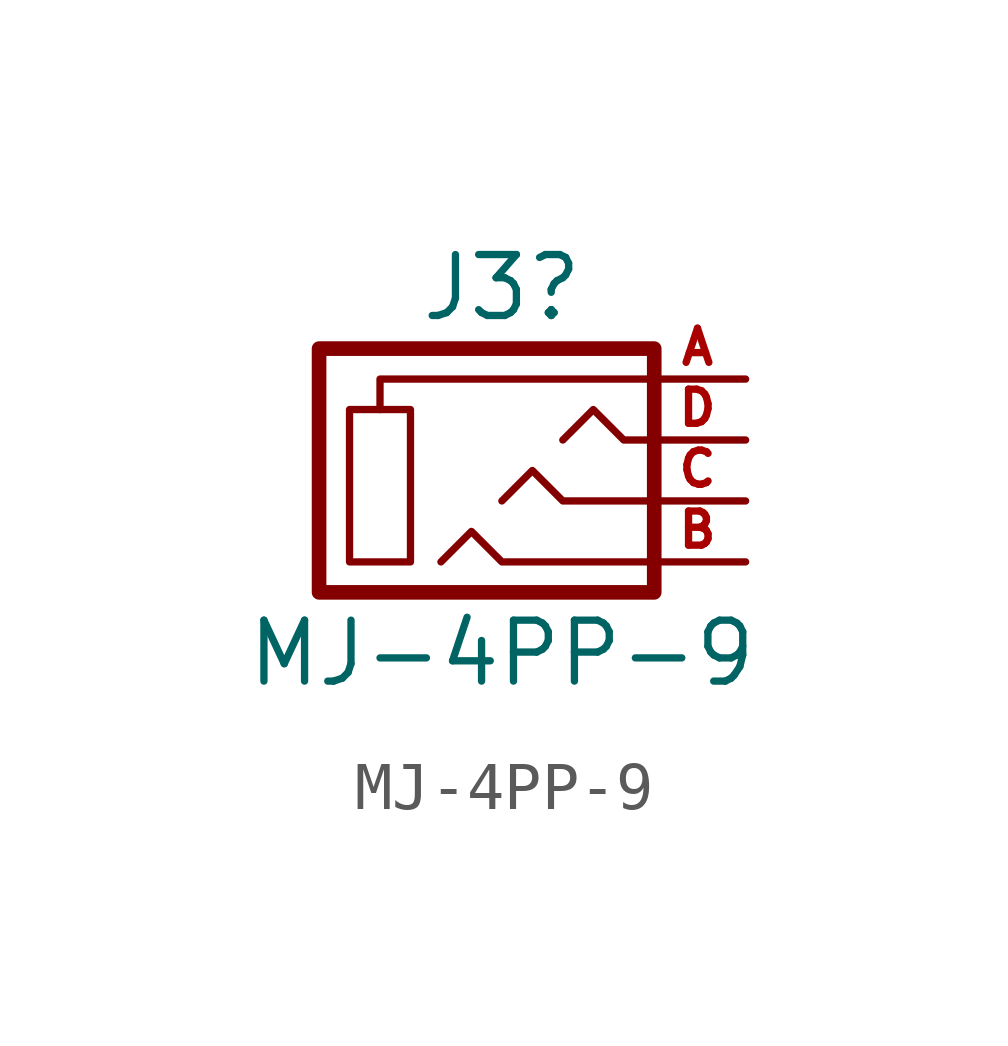
<source format=kicad_sym>
(kicad_symbol_lib
  (version 20231120)
  (generator "kicad_symbol_editor")
  (generator_version "8.0")
  (symbol "MJ-4PP-9"
    (pin_names
      (offset 1.016))
    (property "Reference" "J3"
      (at 0 3.81 0)
      (effects (font (size 1.27 1.27))))
    (property "Value" "MJ-4PP-9"
      (at 0 -3.81 0)
      (effects (font (size 1.27 1.27))))
    (symbol "MJ-4PP-9_0_1"
      (rectangle (start -1.905 -1.905) (end -3.175 1.27) (stroke (width 0) (type solid)) (fill (type none)))
      (polyline (pts (xy -2.54 1.27) (xy -2.54 1.905) (xy 3.175 1.905)) (stroke (width 0) (type solid)) (fill (type none)))
      (polyline (pts (xy -1.27 -1.905) (xy -0.635 -1.27) (xy 0 -1.905) (xy 3.175 -1.905)) (stroke (width 0) (type solid)) (fill (type none)))
      (polyline (pts (xy 0 -0.635) (xy 0.635 0) (xy 1.27 -0.635) (xy 3.175 -0.635)) (stroke (width 0) (type solid)) (fill (type none)))
      (polyline (pts (xy 1.27 0.635) (xy 1.905 1.27) (xy 2.54 0.635) (xy 3.175 0.635)) (stroke (width 0) (type solid)) (fill (type none)))
      (rectangle (start 3.175 2.54) (end -3.81 -2.54) (stroke (width 0.305) (type solid)) (fill (type none))))
    (symbol "MJ-4PP-9_1_1"
      (pin input line (at 5.08 1.905 180) (length 2.007) (name "~" (effects (font (size 0.508 0.508)))) (number "A" (effects (font (size 0.711 0.711)))))
      (pin input line (at 5.08 -1.905 180) (length 2.007) (name "~" (effects (font (size 0.508 0.508)))) (number "B" (effects (font (size 0.711 0.711)))))
      (pin input line (at 5.08 -0.635 180) (length 2.007) (name "~" (effects (font (size 0.508 0.508)))) (number "C" (effects (font (size 0.711 0.711)))))
      (pin input line (at 5.08 0.635 180) (length 2.007) (name "~" (effects (font (size 0.508 0.508)))) (number "D" (effects (font (size 0.711 0.711))))))))
</source>
